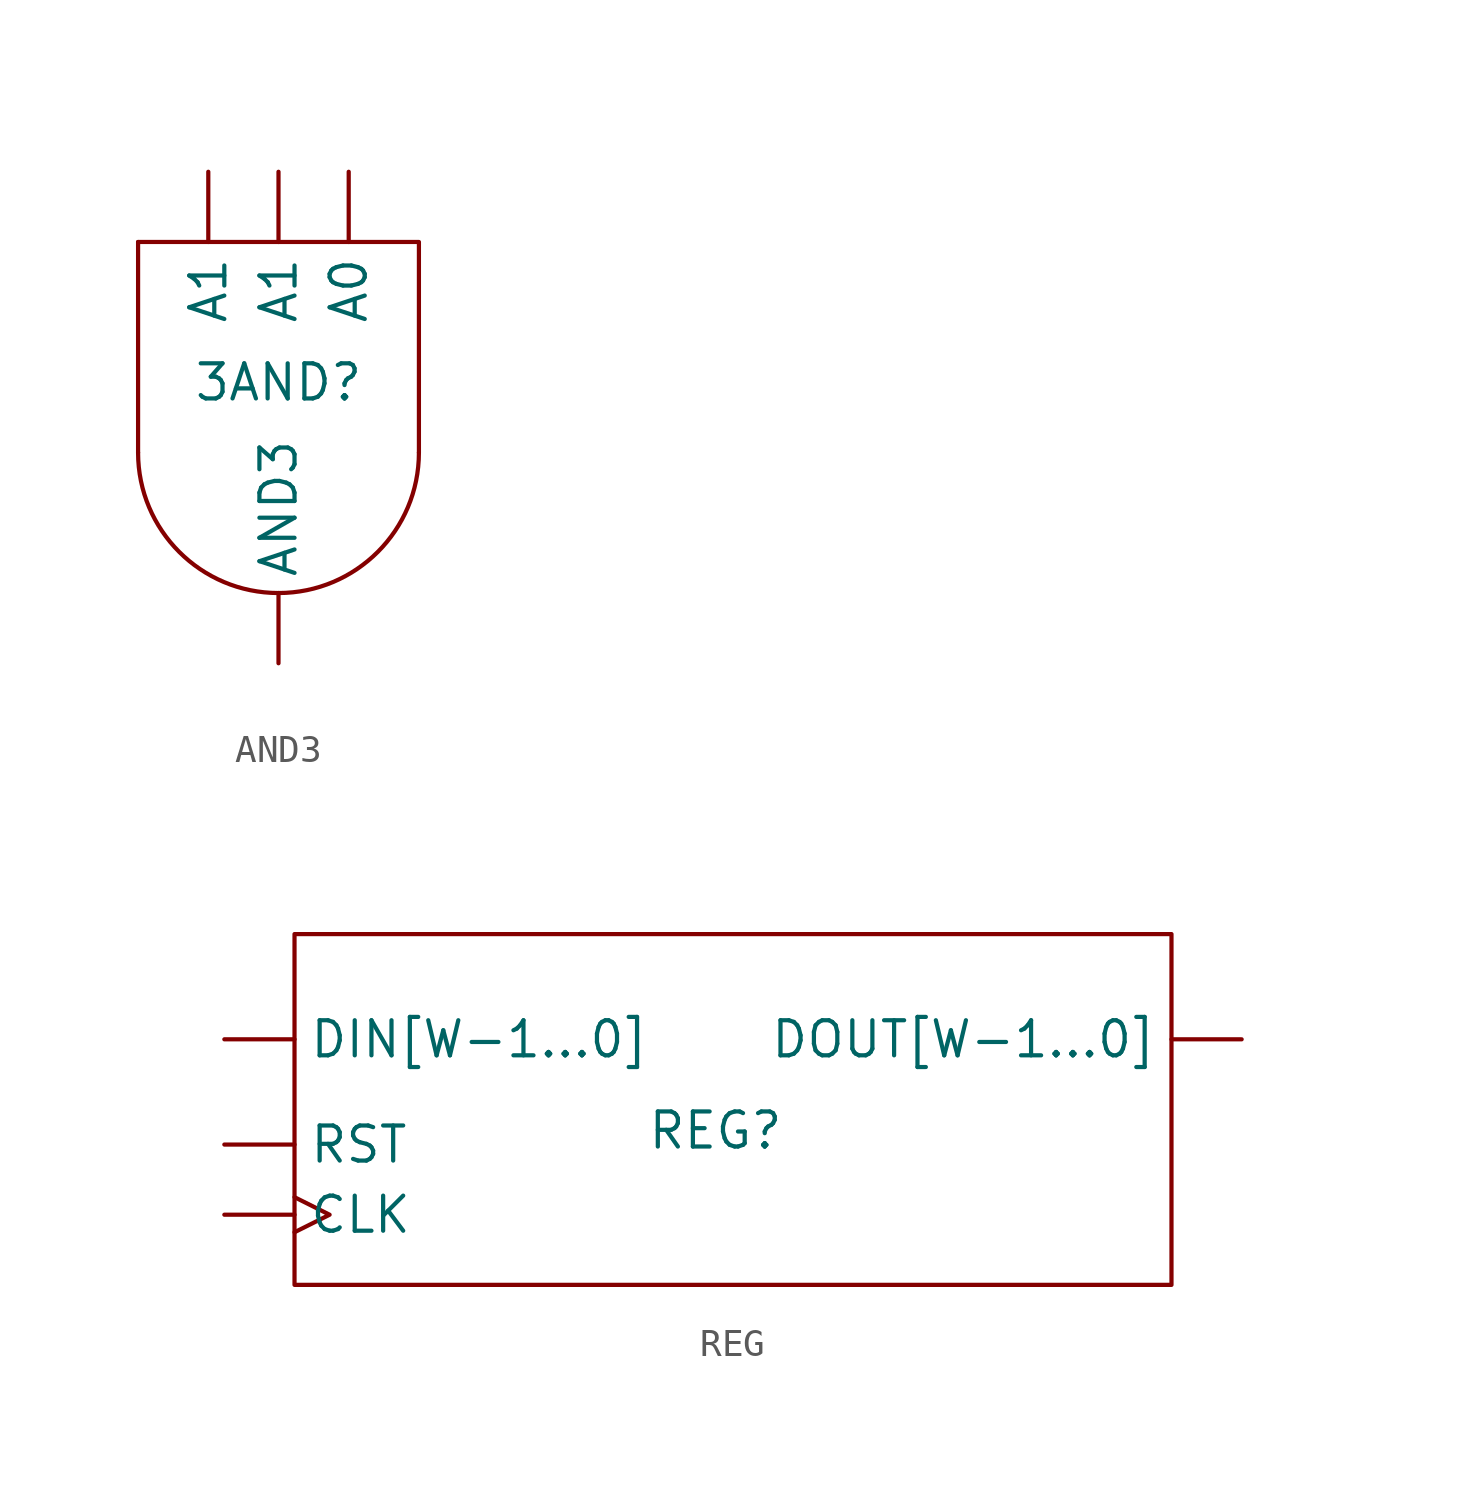
<source format=kicad_sym>
(kicad_symbol_lib
  (version 20231120)
  (generator "kicad_symbol_editor")
  (generator_version "8.0")
  (symbol "AND3"
    (property "Reference" "3AND"
      (at 0 0 0)
      (effects (font (size 1.27 1.27))))
    (property "Value" ""
      (at 0 0 0)
      (effects (font (size 1.27 1.27))))
    (symbol "AND3_0_1"
      (arc (start -5.08 -2.54) (mid -3.5921 -6.1321) (end 0 -7.62) (stroke (width 0) (type default)) (fill (type none)))
      (arc (start 0 -7.62) (mid 3.5921 -6.1321) (end 5.08 -2.54) (stroke (width 0) (type default)) (fill (type none)))
      (polyline (pts (xy -5.08 5.08) (xy -5.08 -2.54)) (stroke (width 0) (type default)) (fill (type none)))
      (polyline (pts (xy -5.08 5.08) (xy 5.08 5.08) (xy 5.08 -2.54)) (stroke (width 0) (type default)) (fill (type none))))
    (symbol "AND3_1_1"
      (pin input line (at 2.54 7.62 270) (length 2.54) (name "A0" (effects (font (size 1.27 1.27)))) (number "" (effects (font (size 1.27 1.27)))))
      (pin input line (at -2.54 7.62 270) (length 2.54) (name "A1" (effects (font (size 1.27 1.27)))) (number "" (effects (font (size 1.27 1.27)))))
      (pin input line (at 0 7.62 270) (length 2.54) (name "A1" (effects (font (size 1.27 1.27)))) (number "" (effects (font (size 1.27 1.27)))))
      (pin input line (at 0 -10.16 90) (length 2.54) (name "AND3" (effects (font (size 1.27 1.27)))) (number "" (effects (font (size 1.27 1.27)))))))
  (symbol "REG"
    (property "Reference" "REG"
      (at 5.08 -0.762 0)
      (effects (font (size 1.27 1.27))))
    (property "Value" ""
      (at 0 0 0)
      (effects (font (size 1.27 1.27))))
    (symbol "REG_0_1"
      (rectangle (start -10.16 6.35) (end 21.59 -6.35) (stroke (width 0) (type default)) (fill (type none))))
    (symbol "REG_1_1"
      (pin input clock (at -12.7 -3.81 0) (length 2.54) (name "CLK" (effects (font (size 1.27 1.27)))) (number "" (effects (font (size 1.27 1.27)))))
      (pin input line (at -12.7 2.54 0) (length 2.54) (name "DIN[W-1...0]" (effects (font (size 1.27 1.27)))) (number "" (effects (font (size 1.27 1.27)))))
      (pin output line (at 24.13 2.54 180) (length 2.54) (name "DOUT[W-1...0]" (effects (font (size 1.27 1.27)))) (number "" (effects (font (size 1.27 1.27)))))
      (pin input line (at -12.7 -1.27 0) (length 2.54) (name "RST" (effects (font (size 1.27 1.27)))) (number "" (effects (font (size 1.27 1.27))))))))
</source>
